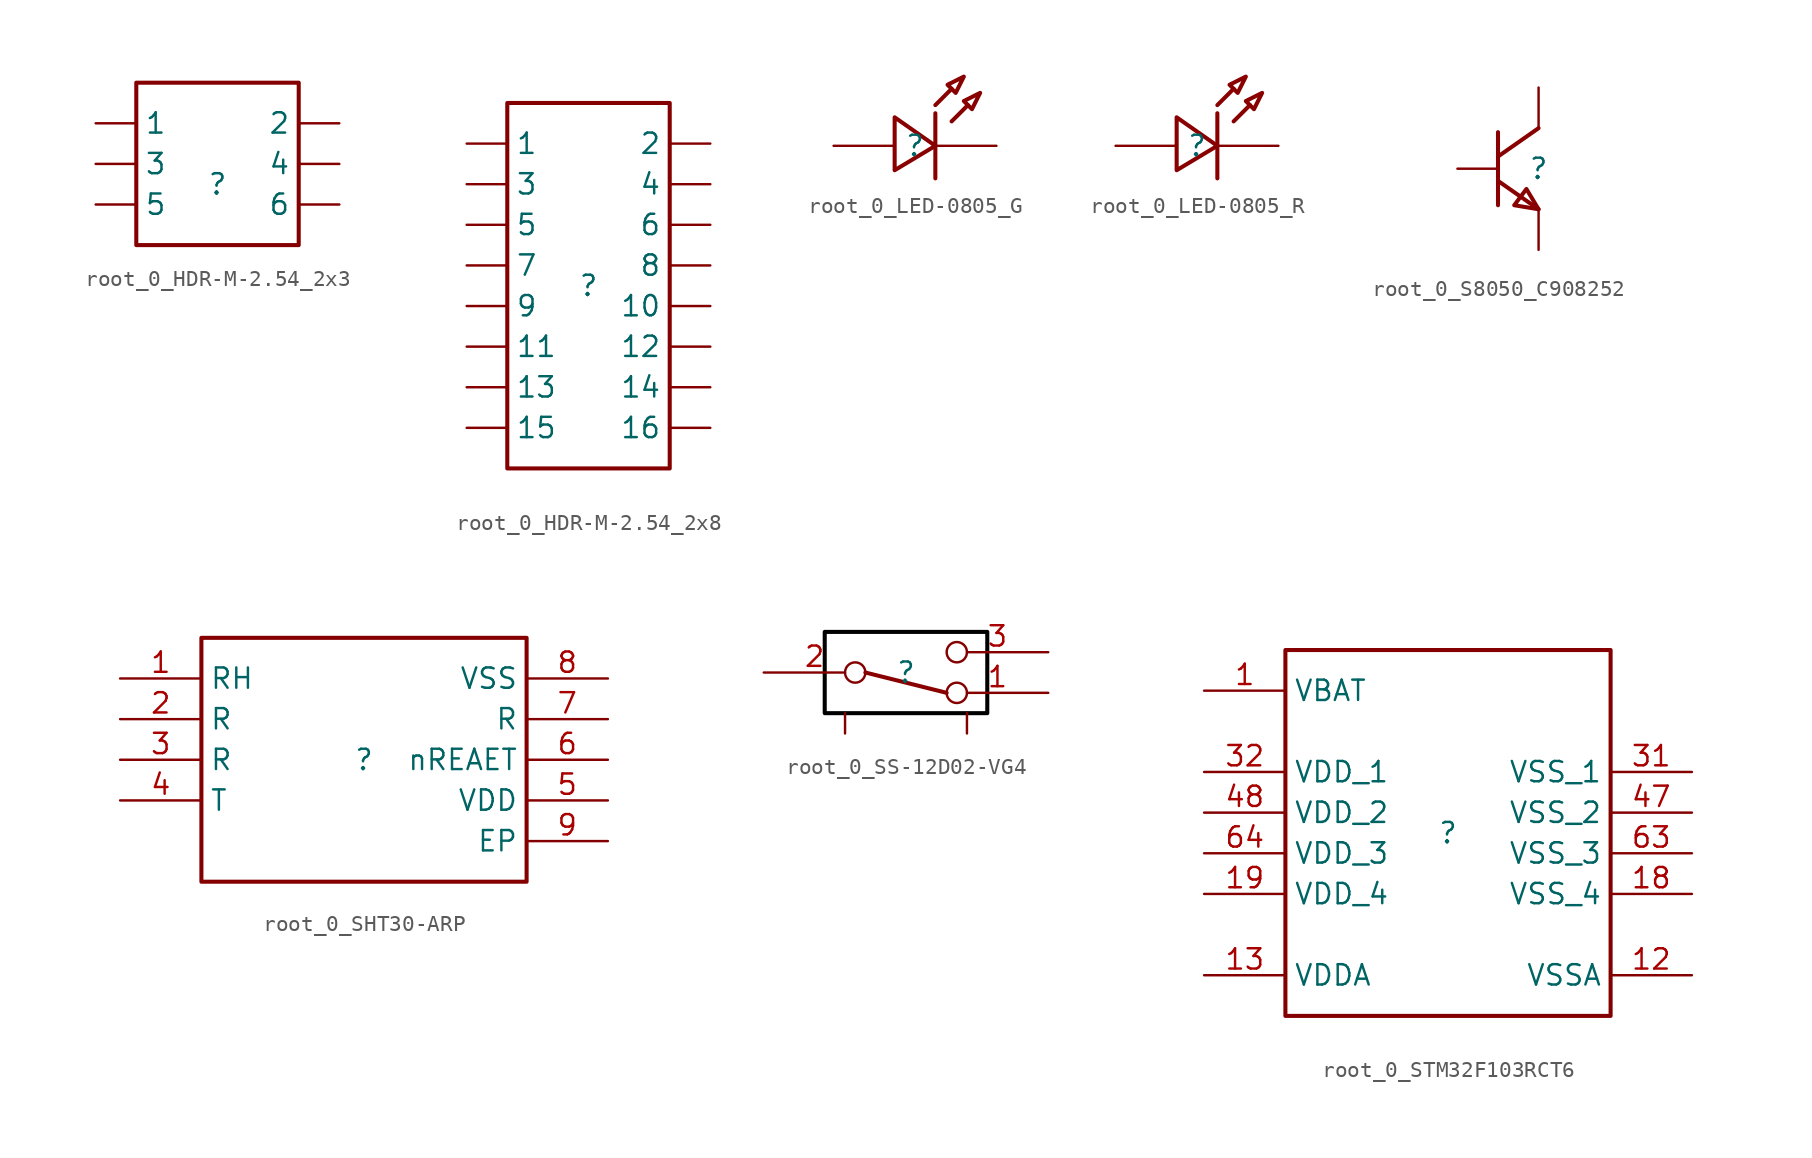
<source format=kicad_sym>
(kicad_symbol_lib
  (version 20220914)
  (generator kicad_symbol_editor)
  (symbol "root_0_HDR-M-2.54_2x3"
    (property "Reference" ""
      (at 0 0 0)
      (effects (font (size 1.27 1.27))))
    (property "Value" ""
      (at 0 0 0)
      (effects (font (size 1.27 1.27))))
    (symbol "root_0_HDR-M-2.54_2x3_1_0"
      (rectangle (start 5.08 6.35) (end -5.08 -3.81) (stroke (width 0.254) (type solid)) (fill (type none)))
      (pin passive line (at -7.62 3.81 0) (length 2.54) (name "1" (effects (font (size 1.27 1.27)))) (number "1" (effects (font (size 0 0)))))
      (pin passive line (at 7.62 3.81 180) (length 2.54) (name "2" (effects (font (size 1.27 1.27)))) (number "2" (effects (font (size 0 0)))))
      (pin passive line (at -7.62 1.27 0) (length 2.54) (name "3" (effects (font (size 1.27 1.27)))) (number "3" (effects (font (size 0 0)))))
      (pin passive line (at 7.62 1.27 180) (length 2.54) (name "4" (effects (font (size 1.27 1.27)))) (number "4" (effects (font (size 0 0)))))
      (pin passive line (at -7.62 -1.27 0) (length 2.54) (name "5" (effects (font (size 1.27 1.27)))) (number "5" (effects (font (size 0 0)))))
      (pin passive line (at 7.62 -1.27 180) (length 2.54) (name "6" (effects (font (size 1.27 1.27)))) (number "6" (effects (font (size 0 0)))))))
  (symbol "root_0_HDR-M-2.54_2x8"
    (property "Reference" ""
      (at 0 0 0)
      (effects (font (size 1.27 1.27))))
    (property "Value" ""
      (at 0 0 0)
      (effects (font (size 1.27 1.27))))
    (symbol "root_0_HDR-M-2.54_2x8_1_0"
      (rectangle (start 5.08 11.43) (end -5.08 -11.43) (stroke (width 0.254) (type solid)) (fill (type none)))
      (pin passive line (at -7.62 8.89 0) (length 2.54) (name "1" (effects (font (size 1.27 1.27)))) (number "1" (effects (font (size 0 0)))))
      (pin passive line (at 7.62 -1.27 180) (length 2.54) (name "10" (effects (font (size 1.27 1.27)))) (number "10" (effects (font (size 0 0)))))
      (pin passive line (at -7.62 -3.81 0) (length 2.54) (name "11" (effects (font (size 1.27 1.27)))) (number "11" (effects (font (size 0 0)))))
      (pin passive line (at 7.62 -3.81 180) (length 2.54) (name "12" (effects (font (size 1.27 1.27)))) (number "12" (effects (font (size 0 0)))))
      (pin passive line (at -7.62 -6.35 0) (length 2.54) (name "13" (effects (font (size 1.27 1.27)))) (number "13" (effects (font (size 0 0)))))
      (pin passive line (at 7.62 -6.35 180) (length 2.54) (name "14" (effects (font (size 1.27 1.27)))) (number "14" (effects (font (size 0 0)))))
      (pin passive line (at -7.62 -8.89 0) (length 2.54) (name "15" (effects (font (size 1.27 1.27)))) (number "15" (effects (font (size 0 0)))))
      (pin passive line (at 7.62 -8.89 180) (length 2.54) (name "16" (effects (font (size 1.27 1.27)))) (number "16" (effects (font (size 0 0)))))
      (pin passive line (at 7.62 8.89 180) (length 2.54) (name "2" (effects (font (size 1.27 1.27)))) (number "2" (effects (font (size 0 0)))))
      (pin passive line (at -7.62 6.35 0) (length 2.54) (name "3" (effects (font (size 1.27 1.27)))) (number "3" (effects (font (size 0 0)))))
      (pin passive line (at 7.62 6.35 180) (length 2.54) (name "4" (effects (font (size 1.27 1.27)))) (number "4" (effects (font (size 0 0)))))
      (pin passive line (at -7.62 3.81 0) (length 2.54) (name "5" (effects (font (size 1.27 1.27)))) (number "5" (effects (font (size 0 0)))))
      (pin passive line (at 7.62 3.81 180) (length 2.54) (name "6" (effects (font (size 1.27 1.27)))) (number "6" (effects (font (size 0 0)))))
      (pin passive line (at -7.62 1.27 0) (length 2.54) (name "7" (effects (font (size 1.27 1.27)))) (number "7" (effects (font (size 0 0)))))
      (pin passive line (at 7.62 1.27 180) (length 2.54) (name "8" (effects (font (size 1.27 1.27)))) (number "8" (effects (font (size 0 0)))))
      (pin passive line (at -7.62 -1.27 0) (length 2.54) (name "9" (effects (font (size 1.27 1.27)))) (number "9" (effects (font (size 0 0)))))))
  (symbol "root_0_LED-0805_G"
    (property "Reference" ""
      (at 0 0 0)
      (effects (font (size 1.27 1.27))))
    (property "Value" ""
      (at 0 0 0)
      (effects (font (size 1.27 1.27))))
    (symbol "root_0_LED-0805_G_1_0"
      (polyline (pts (xy 1.27 2.032) (xy 1.27 -2.032)) (stroke (width 0.254) (type solid) (color 136 0 0 1)) (fill (type none)))
      (polyline (pts (xy 1.27 2.54) (xy 2.286 3.556)) (stroke (width 0.254) (type solid) (color 136 0 0 1)) (fill (type none)))
      (polyline (pts (xy 2.286 1.524) (xy 3.302 2.54)) (stroke (width 0.254) (type solid) (color 136 0 0 1)) (fill (type none)))
      (polyline (pts (xy -1.27 -1.524) (xy 1.27 0) (xy 1.27 0) (xy -1.27 1.778) (xy -1.27 1.778) (xy -1.27 -1.524)) (stroke (width 0.254) (type solid) (color 136 0 0 1)) (fill (type none)))
      (polyline (pts (xy 3.048 4.318) (xy 2.032 3.81) (xy 2.032 3.81) (xy 2.54 3.302) (xy 2.54 3.302) (xy 3.048 4.318)) (stroke (width 0.254) (type solid) (color 136 0 0 1)) (fill (type none)))
      (polyline (pts (xy 4.064 3.302) (xy 3.048 2.794) (xy 3.048 2.794) (xy 3.556 2.286) (xy 3.556 2.286) (xy 4.064 3.302)) (stroke (width 0.254) (type solid) (color 136 0 0 1)) (fill (type none)))
      (pin passive line (at -5.08 0 0) (length 3.81) (name "1" (effects (font (size 0 0)))) (number "1" (effects (font (size 0 0)))))
      (pin passive line (at 5.08 0 180) (length 3.81) (name "2" (effects (font (size 0 0)))) (number "2" (effects (font (size 0 0)))))))
  (symbol "root_0_LED-0805_R"
    (property "Reference" ""
      (at 0 0 0)
      (effects (font (size 1.27 1.27))))
    (property "Value" ""
      (at 0 0 0)
      (effects (font (size 1.27 1.27))))
    (symbol "root_0_LED-0805_R_1_0"
      (polyline (pts (xy 1.27 2.032) (xy 1.27 -2.032)) (stroke (width 0.254) (type solid) (color 136 0 0 1)) (fill (type none)))
      (polyline (pts (xy 1.27 2.54) (xy 2.286 3.556)) (stroke (width 0.254) (type solid) (color 136 0 0 1)) (fill (type none)))
      (polyline (pts (xy 2.286 1.524) (xy 3.302 2.54)) (stroke (width 0.254) (type solid) (color 136 0 0 1)) (fill (type none)))
      (polyline (pts (xy -1.27 -1.524) (xy 1.27 0) (xy 1.27 0) (xy -1.27 1.778) (xy -1.27 1.778) (xy -1.27 -1.524)) (stroke (width 0.254) (type solid) (color 136 0 0 1)) (fill (type none)))
      (polyline (pts (xy 3.048 4.318) (xy 2.032 3.81) (xy 2.032 3.81) (xy 2.54 3.302) (xy 2.54 3.302) (xy 3.048 4.318)) (stroke (width 0.254) (type solid) (color 136 0 0 1)) (fill (type none)))
      (polyline (pts (xy 4.064 3.302) (xy 3.048 2.794) (xy 3.048 2.794) (xy 3.556 2.286) (xy 3.556 2.286) (xy 4.064 3.302)) (stroke (width 0.254) (type solid) (color 136 0 0 1)) (fill (type none)))
      (pin passive line (at -5.08 0 0) (length 3.81) (name "1" (effects (font (size 0 0)))) (number "1" (effects (font (size 0 0)))))
      (pin passive line (at 5.08 0 180) (length 3.81) (name "2" (effects (font (size 0 0)))) (number "2" (effects (font (size 0 0)))))))
  (symbol "root_0_S8050_C908252"
    (property "Reference" ""
      (at 0 0 0)
      (effects (font (size 1.27 1.27))))
    (property "Value" ""
      (at 0 0 0)
      (effects (font (size 1.27 1.27))))
    (symbol "root_0_S8050_C908252_1_0"
      (polyline (pts (xy -2.54 -0.762) (xy 0 -2.54)) (stroke (width 0.254) (type solid) (color 136 0 0 1)) (fill (type none)))
      (polyline (pts (xy -2.54 2.286) (xy -2.54 -2.286)) (stroke (width 0.254) (type solid) (color 136 0 0 1)) (fill (type none)))
      (polyline (pts (xy 0 2.54) (xy -2.54 0.762)) (stroke (width 0.254) (type solid) (color 136 0 0 1)) (fill (type none)))
      (polyline (pts (xy 0 -2.54) (xy -0.762 -1.27) (xy -0.762 -1.27) (xy -1.524 -2.286) (xy -1.524 -2.286) (xy 0 -2.54)) (stroke (width 0.254) (type solid) (color 136 0 0 1)) (fill (type none)))
      (pin passive line (at -5.08 0 0) (length 2.54) (name "B" (effects (font (size 0 0)))) (number "1" (effects (font (size 0 0)))))
      (pin passive line (at 0 -5.08 90) (length 2.54) (name "E" (effects (font (size 0 0)))) (number "2" (effects (font (size 0 0)))))
      (pin passive line (at 0 5.08 270) (length 2.54) (name "C" (effects (font (size 0 0)))) (number "3" (effects (font (size 0 0)))))))
  (symbol "root_0_SHT30-ARP"
    (property "Reference" ""
      (at 0 0 0)
      (effects (font (size 1.27 1.27))))
    (property "Value" ""
      (at 0 0 0)
      (effects (font (size 1.27 1.27))))
    (symbol "root_0_SHT30-ARP_1_0"
      (rectangle (start 10.16 7.62) (end -10.16 -7.62) (stroke (width 0.254) (type solid)) (fill (type none)))
      (pin passive line (at -15.24 5.08 0) (length 5.08) (name "RH" (effects (font (size 1.27 1.27)))) (number "1" (effects (font (size 1.27 1.27)))))
      (pin passive line (at -15.24 2.54 0) (length 5.08) (name "R" (effects (font (size 1.27 1.27)))) (number "2" (effects (font (size 1.27 1.27)))))
      (pin passive line (at -15.24 0 0) (length 5.08) (name "R" (effects (font (size 1.27 1.27)))) (number "3" (effects (font (size 1.27 1.27)))))
      (pin passive line (at -15.24 -2.54 0) (length 5.08) (name "T" (effects (font (size 1.27 1.27)))) (number "4" (effects (font (size 1.27 1.27)))))
      (pin passive line (at 15.24 -2.54 180) (length 5.08) (name "VDD" (effects (font (size 1.27 1.27)))) (number "5" (effects (font (size 1.27 1.27)))))
      (pin passive line (at 15.24 0 180) (length 5.08) (name "nREAET" (effects (font (size 1.27 1.27)))) (number "6" (effects (font (size 1.27 1.27)))))
      (pin passive line (at 15.24 2.54 180) (length 5.08) (name "R" (effects (font (size 1.27 1.27)))) (number "7" (effects (font (size 1.27 1.27)))))
      (pin passive line (at 15.24 5.08 180) (length 5.08) (name "VSS" (effects (font (size 1.27 1.27)))) (number "8" (effects (font (size 1.27 1.27)))))
      (pin passive line (at 15.24 -5.08 180) (length 5.08) (name "EP" (effects (font (size 1.27 1.27)))) (number "9" (effects (font (size 1.27 1.27)))))))
  (symbol "root_0_SS-12D02-VG4"
    (property "Reference" ""
      (at 0 0 0)
      (effects (font (size 1.27 1.27))))
    (property "Value" ""
      (at 0 0 0)
      (effects (font (size 1.27 1.27))))
    (symbol "root_0_SS-12D02-VG4_1_0"
      (polyline (pts (xy -2.54 0) (xy 2.54 -1.27)) (stroke (width 0.254) (type solid) (color 136 0 0 1)) (fill (type none)))
      (polyline (pts (xy -5.08 0) (xy -5.08 2.54) (xy -5.08 2.54) (xy 5.08 2.54) (xy 5.08 2.54) (xy 5.08 -2.54) (xy 5.08 -2.54) (xy -5.08 -2.54) (xy -5.08 -2.54) (xy -5.08 0)) (stroke (width 0.254) (type solid) (color 0 0 0 1)) (fill (type none)))
      (pin passive inverted (at 8.89 -1.27 180) (length 6.35) (name "1" (effects (font (size 0 0)))) (number "1" (effects (font (size 1.27 1.27)))))
      (pin passive inverted (at -8.89 0 0) (length 6.35) (name "2" (effects (font (size 0 0)))) (number "2" (effects (font (size 1.27 1.27)))))
      (pin passive inverted (at 8.89 1.27 180) (length 6.35) (name "3" (effects (font (size 0 0)))) (number "3" (effects (font (size 1.27 1.27)))))
      (pin passive line (at 3.81 -3.81 90) (length 1.27) (name "4" (effects (font (size 0 0)))) (number "4" (effects (font (size 0 0)))))
      (pin passive line (at -3.81 -3.81 90) (length 1.27) (name "5" (effects (font (size 0 0)))) (number "5" (effects (font (size 0 0)))))))
  (symbol "root_0_STM32F103RCT6"
    (property "Reference" ""
      (at 0 0 0)
      (effects (font (size 1.27 1.27))))
    (property "Value" ""
      (at 0 0 0)
      (effects (font (size 1.27 1.27))))
    (symbol "root_0_STM32F103RCT6_1_0"
      (rectangle (start 10.16 11.43) (end -10.16 -11.43) (stroke (width 0.254) (type solid)) (fill (type none)))
      (pin passive line (at -15.24 8.89 0) (length 5.08) (name "VBAT" (effects (font (size 1.27 1.27)))) (number "1" (effects (font (size 1.27 1.27)))))
      (pin passive line (at 15.24 -8.89 180) (length 5.08) (name "VSSA" (effects (font (size 1.27 1.27)))) (number "12" (effects (font (size 1.27 1.27)))))
      (pin passive line (at -15.24 -8.89 0) (length 5.08) (name "VDDA" (effects (font (size 1.27 1.27)))) (number "13" (effects (font (size 1.27 1.27)))))
      (pin passive line (at 15.24 -3.81 180) (length 5.08) (name "VSS_4" (effects (font (size 1.27 1.27)))) (number "18" (effects (font (size 1.27 1.27)))))
      (pin passive line (at -15.24 -3.81 0) (length 5.08) (name "VDD_4" (effects (font (size 1.27 1.27)))) (number "19" (effects (font (size 1.27 1.27)))))
      (pin passive line (at 15.24 3.81 180) (length 5.08) (name "VSS_1" (effects (font (size 1.27 1.27)))) (number "31" (effects (font (size 1.27 1.27)))))
      (pin passive line (at -15.24 3.81 0) (length 5.08) (name "VDD_1" (effects (font (size 1.27 1.27)))) (number "32" (effects (font (size 1.27 1.27)))))
      (pin passive line (at 15.24 1.27 180) (length 5.08) (name "VSS_2" (effects (font (size 1.27 1.27)))) (number "47" (effects (font (size 1.27 1.27)))))
      (pin passive line (at -15.24 1.27 0) (length 5.08) (name "VDD_2" (effects (font (size 1.27 1.27)))) (number "48" (effects (font (size 1.27 1.27)))))
      (pin passive line (at 15.24 -1.27 180) (length 5.08) (name "VSS_3" (effects (font (size 1.27 1.27)))) (number "63" (effects (font (size 1.27 1.27)))))
      (pin passive line (at -15.24 -1.27 0) (length 5.08) (name "VDD_3" (effects (font (size 1.27 1.27)))) (number "64" (effects (font (size 1.27 1.27))))))))
</source>
